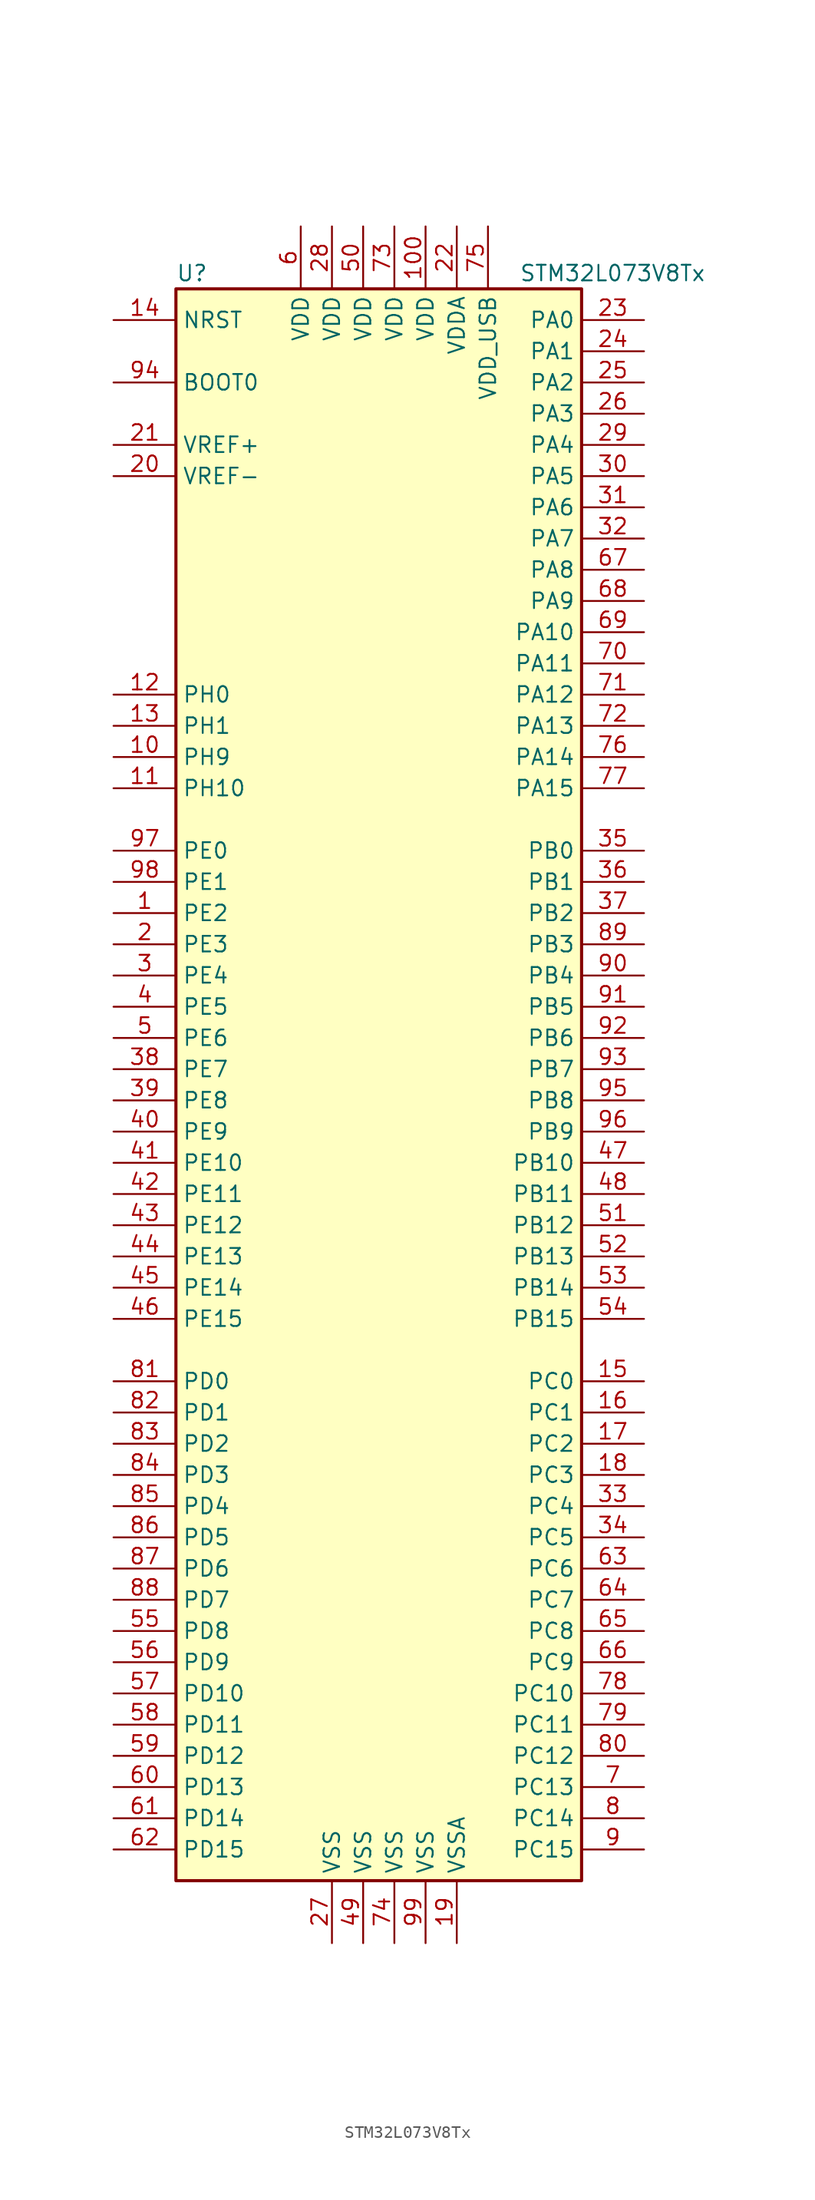
<source format=kicad_sym>
(kicad_symbol_lib
  (version 20211014)
  (generator kicad_symbol_editor)
  (symbol "STM32L073V8Tx"
    (property "Reference" "U"
      (at -17.78 64.77 0)
      (effects (font (size 1.27 1.27)) (justify left)))
    (property "Value" "STM32L073V8Tx"
      (at 10.16 64.77 0)
      (effects (font (size 1.27 1.27)) (justify left)))
    (symbol "STM32L073V8Tx_0_1"
      (rectangle (start -17.78 -66.04) (end 15.24 63.5) (stroke (width 0.254) (type default) (color 0 0 0 0)) (fill (type background))))
    (symbol "STM32L073V8Tx_1_1"
      (pin bidirectional line (at -22.86 12.7 0) (length 5.08) (name "PE2" (effects (font (size 1.27 1.27)))) (number "1" (effects (font (size 1.27 1.27)))))
      (pin bidirectional line (at -22.86 25.4 0) (length 5.08) (name "PH9" (effects (font (size 1.27 1.27)))) (number "10" (effects (font (size 1.27 1.27)))))
      (pin power_in line (at 2.54 68.58 270) (length 5.08) (name "VDD" (effects (font (size 1.27 1.27)))) (number "100" (effects (font (size 1.27 1.27)))))
      (pin bidirectional line (at -22.86 22.86 0) (length 5.08) (name "PH10" (effects (font (size 1.27 1.27)))) (number "11" (effects (font (size 1.27 1.27)))))
      (pin input line (at -22.86 30.48 0) (length 5.08) (name "PH0" (effects (font (size 1.27 1.27)))) (number "12" (effects (font (size 1.27 1.27)))))
      (pin input line (at -22.86 27.94 0) (length 5.08) (name "PH1" (effects (font (size 1.27 1.27)))) (number "13" (effects (font (size 1.27 1.27)))))
      (pin input line (at -22.86 60.96 0) (length 5.08) (name "NRST" (effects (font (size 1.27 1.27)))) (number "14" (effects (font (size 1.27 1.27)))))
      (pin bidirectional line (at 20.32 -25.4 180) (length 5.08) (name "PC0" (effects (font (size 1.27 1.27)))) (number "15" (effects (font (size 1.27 1.27)))))
      (pin bidirectional line (at 20.32 -27.94 180) (length 5.08) (name "PC1" (effects (font (size 1.27 1.27)))) (number "16" (effects (font (size 1.27 1.27)))))
      (pin bidirectional line (at 20.32 -30.48 180) (length 5.08) (name "PC2" (effects (font (size 1.27 1.27)))) (number "17" (effects (font (size 1.27 1.27)))))
      (pin bidirectional line (at 20.32 -33.02 180) (length 5.08) (name "PC3" (effects (font (size 1.27 1.27)))) (number "18" (effects (font (size 1.27 1.27)))))
      (pin power_in line (at 5.08 -71.12 90) (length 5.08) (name "VSSA" (effects (font (size 1.27 1.27)))) (number "19" (effects (font (size 1.27 1.27)))))
      (pin bidirectional line (at -22.86 10.16 0) (length 5.08) (name "PE3" (effects (font (size 1.27 1.27)))) (number "2" (effects (font (size 1.27 1.27)))))
      (pin power_in line (at -22.86 48.26 0) (length 5.08) (name "VREF-" (effects (font (size 1.27 1.27)))) (number "20" (effects (font (size 1.27 1.27)))))
      (pin power_in line (at -22.86 50.8 0) (length 5.08) (name "VREF+" (effects (font (size 1.27 1.27)))) (number "21" (effects (font (size 1.27 1.27)))))
      (pin power_in line (at 5.08 68.58 270) (length 5.08) (name "VDDA" (effects (font (size 1.27 1.27)))) (number "22" (effects (font (size 1.27 1.27)))))
      (pin bidirectional line (at 20.32 60.96 180) (length 5.08) (name "PA0" (effects (font (size 1.27 1.27)))) (number "23" (effects (font (size 1.27 1.27)))))
      (pin bidirectional line (at 20.32 58.42 180) (length 5.08) (name "PA1" (effects (font (size 1.27 1.27)))) (number "24" (effects (font (size 1.27 1.27)))))
      (pin bidirectional line (at 20.32 55.88 180) (length 5.08) (name "PA2" (effects (font (size 1.27 1.27)))) (number "25" (effects (font (size 1.27 1.27)))))
      (pin bidirectional line (at 20.32 53.34 180) (length 5.08) (name "PA3" (effects (font (size 1.27 1.27)))) (number "26" (effects (font (size 1.27 1.27)))))
      (pin power_in line (at -5.08 -71.12 90) (length 5.08) (name "VSS" (effects (font (size 1.27 1.27)))) (number "27" (effects (font (size 1.27 1.27)))))
      (pin power_in line (at -5.08 68.58 270) (length 5.08) (name "VDD" (effects (font (size 1.27 1.27)))) (number "28" (effects (font (size 1.27 1.27)))))
      (pin bidirectional line (at 20.32 50.8 180) (length 5.08) (name "PA4" (effects (font (size 1.27 1.27)))) (number "29" (effects (font (size 1.27 1.27)))))
      (pin bidirectional line (at -22.86 7.62 0) (length 5.08) (name "PE4" (effects (font (size 1.27 1.27)))) (number "3" (effects (font (size 1.27 1.27)))))
      (pin bidirectional line (at 20.32 48.26 180) (length 5.08) (name "PA5" (effects (font (size 1.27 1.27)))) (number "30" (effects (font (size 1.27 1.27)))))
      (pin bidirectional line (at 20.32 45.72 180) (length 5.08) (name "PA6" (effects (font (size 1.27 1.27)))) (number "31" (effects (font (size 1.27 1.27)))))
      (pin bidirectional line (at 20.32 43.18 180) (length 5.08) (name "PA7" (effects (font (size 1.27 1.27)))) (number "32" (effects (font (size 1.27 1.27)))))
      (pin bidirectional line (at 20.32 -35.56 180) (length 5.08) (name "PC4" (effects (font (size 1.27 1.27)))) (number "33" (effects (font (size 1.27 1.27)))))
      (pin bidirectional line (at 20.32 -38.1 180) (length 5.08) (name "PC5" (effects (font (size 1.27 1.27)))) (number "34" (effects (font (size 1.27 1.27)))))
      (pin bidirectional line (at 20.32 17.78 180) (length 5.08) (name "PB0" (effects (font (size 1.27 1.27)))) (number "35" (effects (font (size 1.27 1.27)))))
      (pin bidirectional line (at 20.32 15.24 180) (length 5.08) (name "PB1" (effects (font (size 1.27 1.27)))) (number "36" (effects (font (size 1.27 1.27)))))
      (pin bidirectional line (at 20.32 12.7 180) (length 5.08) (name "PB2" (effects (font (size 1.27 1.27)))) (number "37" (effects (font (size 1.27 1.27)))))
      (pin bidirectional line (at -22.86 0 0) (length 5.08) (name "PE7" (effects (font (size 1.27 1.27)))) (number "38" (effects (font (size 1.27 1.27)))))
      (pin bidirectional line (at -22.86 -2.54 0) (length 5.08) (name "PE8" (effects (font (size 1.27 1.27)))) (number "39" (effects (font (size 1.27 1.27)))))
      (pin bidirectional line (at -22.86 5.08 0) (length 5.08) (name "PE5" (effects (font (size 1.27 1.27)))) (number "4" (effects (font (size 1.27 1.27)))))
      (pin bidirectional line (at -22.86 -5.08 0) (length 5.08) (name "PE9" (effects (font (size 1.27 1.27)))) (number "40" (effects (font (size 1.27 1.27)))))
      (pin bidirectional line (at -22.86 -7.62 0) (length 5.08) (name "PE10" (effects (font (size 1.27 1.27)))) (number "41" (effects (font (size 1.27 1.27)))))
      (pin bidirectional line (at -22.86 -10.16 0) (length 5.08) (name "PE11" (effects (font (size 1.27 1.27)))) (number "42" (effects (font (size 1.27 1.27)))))
      (pin bidirectional line (at -22.86 -12.7 0) (length 5.08) (name "PE12" (effects (font (size 1.27 1.27)))) (number "43" (effects (font (size 1.27 1.27)))))
      (pin bidirectional line (at -22.86 -15.24 0) (length 5.08) (name "PE13" (effects (font (size 1.27 1.27)))) (number "44" (effects (font (size 1.27 1.27)))))
      (pin bidirectional line (at -22.86 -17.78 0) (length 5.08) (name "PE14" (effects (font (size 1.27 1.27)))) (number "45" (effects (font (size 1.27 1.27)))))
      (pin bidirectional line (at -22.86 -20.32 0) (length 5.08) (name "PE15" (effects (font (size 1.27 1.27)))) (number "46" (effects (font (size 1.27 1.27)))))
      (pin bidirectional line (at 20.32 -7.62 180) (length 5.08) (name "PB10" (effects (font (size 1.27 1.27)))) (number "47" (effects (font (size 1.27 1.27)))))
      (pin bidirectional line (at 20.32 -10.16 180) (length 5.08) (name "PB11" (effects (font (size 1.27 1.27)))) (number "48" (effects (font (size 1.27 1.27)))))
      (pin power_in line (at -2.54 -71.12 90) (length 5.08) (name "VSS" (effects (font (size 1.27 1.27)))) (number "49" (effects (font (size 1.27 1.27)))))
      (pin bidirectional line (at -22.86 2.54 0) (length 5.08) (name "PE6" (effects (font (size 1.27 1.27)))) (number "5" (effects (font (size 1.27 1.27)))))
      (pin power_in line (at -2.54 68.58 270) (length 5.08) (name "VDD" (effects (font (size 1.27 1.27)))) (number "50" (effects (font (size 1.27 1.27)))))
      (pin bidirectional line (at 20.32 -12.7 180) (length 5.08) (name "PB12" (effects (font (size 1.27 1.27)))) (number "51" (effects (font (size 1.27 1.27)))))
      (pin bidirectional line (at 20.32 -15.24 180) (length 5.08) (name "PB13" (effects (font (size 1.27 1.27)))) (number "52" (effects (font (size 1.27 1.27)))))
      (pin bidirectional line (at 20.32 -17.78 180) (length 5.08) (name "PB14" (effects (font (size 1.27 1.27)))) (number "53" (effects (font (size 1.27 1.27)))))
      (pin bidirectional line (at 20.32 -20.32 180) (length 5.08) (name "PB15" (effects (font (size 1.27 1.27)))) (number "54" (effects (font (size 1.27 1.27)))))
      (pin bidirectional line (at -22.86 -45.72 0) (length 5.08) (name "PD8" (effects (font (size 1.27 1.27)))) (number "55" (effects (font (size 1.27 1.27)))))
      (pin bidirectional line (at -22.86 -48.26 0) (length 5.08) (name "PD9" (effects (font (size 1.27 1.27)))) (number "56" (effects (font (size 1.27 1.27)))))
      (pin bidirectional line (at -22.86 -50.8 0) (length 5.08) (name "PD10" (effects (font (size 1.27 1.27)))) (number "57" (effects (font (size 1.27 1.27)))))
      (pin bidirectional line (at -22.86 -53.34 0) (length 5.08) (name "PD11" (effects (font (size 1.27 1.27)))) (number "58" (effects (font (size 1.27 1.27)))))
      (pin bidirectional line (at -22.86 -55.88 0) (length 5.08) (name "PD12" (effects (font (size 1.27 1.27)))) (number "59" (effects (font (size 1.27 1.27)))))
      (pin power_in line (at -7.62 68.58 270) (length 5.08) (name "VDD" (effects (font (size 1.27 1.27)))) (number "6" (effects (font (size 1.27 1.27)))))
      (pin bidirectional line (at -22.86 -58.42 0) (length 5.08) (name "PD13" (effects (font (size 1.27 1.27)))) (number "60" (effects (font (size 1.27 1.27)))))
      (pin bidirectional line (at -22.86 -60.96 0) (length 5.08) (name "PD14" (effects (font (size 1.27 1.27)))) (number "61" (effects (font (size 1.27 1.27)))))
      (pin bidirectional line (at -22.86 -63.5 0) (length 5.08) (name "PD15" (effects (font (size 1.27 1.27)))) (number "62" (effects (font (size 1.27 1.27)))))
      (pin bidirectional line (at 20.32 -40.64 180) (length 5.08) (name "PC6" (effects (font (size 1.27 1.27)))) (number "63" (effects (font (size 1.27 1.27)))))
      (pin bidirectional line (at 20.32 -43.18 180) (length 5.08) (name "PC7" (effects (font (size 1.27 1.27)))) (number "64" (effects (font (size 1.27 1.27)))))
      (pin bidirectional line (at 20.32 -45.72 180) (length 5.08) (name "PC8" (effects (font (size 1.27 1.27)))) (number "65" (effects (font (size 1.27 1.27)))))
      (pin bidirectional line (at 20.32 -48.26 180) (length 5.08) (name "PC9" (effects (font (size 1.27 1.27)))) (number "66" (effects (font (size 1.27 1.27)))))
      (pin bidirectional line (at 20.32 40.64 180) (length 5.08) (name "PA8" (effects (font (size 1.27 1.27)))) (number "67" (effects (font (size 1.27 1.27)))))
      (pin bidirectional line (at 20.32 38.1 180) (length 5.08) (name "PA9" (effects (font (size 1.27 1.27)))) (number "68" (effects (font (size 1.27 1.27)))))
      (pin bidirectional line (at 20.32 35.56 180) (length 5.08) (name "PA10" (effects (font (size 1.27 1.27)))) (number "69" (effects (font (size 1.27 1.27)))))
      (pin bidirectional line (at 20.32 -58.42 180) (length 5.08) (name "PC13" (effects (font (size 1.27 1.27)))) (number "7" (effects (font (size 1.27 1.27)))))
      (pin bidirectional line (at 20.32 33.02 180) (length 5.08) (name "PA11" (effects (font (size 1.27 1.27)))) (number "70" (effects (font (size 1.27 1.27)))))
      (pin bidirectional line (at 20.32 30.48 180) (length 5.08) (name "PA12" (effects (font (size 1.27 1.27)))) (number "71" (effects (font (size 1.27 1.27)))))
      (pin bidirectional line (at 20.32 27.94 180) (length 5.08) (name "PA13" (effects (font (size 1.27 1.27)))) (number "72" (effects (font (size 1.27 1.27)))))
      (pin power_in line (at 0 68.58 270) (length 5.08) (name "VDD" (effects (font (size 1.27 1.27)))) (number "73" (effects (font (size 1.27 1.27)))))
      (pin power_in line (at 0 -71.12 90) (length 5.08) (name "VSS" (effects (font (size 1.27 1.27)))) (number "74" (effects (font (size 1.27 1.27)))))
      (pin power_in line (at 7.62 68.58 270) (length 5.08) (name "VDD_USB" (effects (font (size 1.27 1.27)))) (number "75" (effects (font (size 1.27 1.27)))))
      (pin bidirectional line (at 20.32 25.4 180) (length 5.08) (name "PA14" (effects (font (size 1.27 1.27)))) (number "76" (effects (font (size 1.27 1.27)))))
      (pin bidirectional line (at 20.32 22.86 180) (length 5.08) (name "PA15" (effects (font (size 1.27 1.27)))) (number "77" (effects (font (size 1.27 1.27)))))
      (pin bidirectional line (at 20.32 -50.8 180) (length 5.08) (name "PC10" (effects (font (size 1.27 1.27)))) (number "78" (effects (font (size 1.27 1.27)))))
      (pin bidirectional line (at 20.32 -53.34 180) (length 5.08) (name "PC11" (effects (font (size 1.27 1.27)))) (number "79" (effects (font (size 1.27 1.27)))))
      (pin bidirectional line (at 20.32 -60.96 180) (length 5.08) (name "PC14" (effects (font (size 1.27 1.27)))) (number "8" (effects (font (size 1.27 1.27)))))
      (pin bidirectional line (at 20.32 -55.88 180) (length 5.08) (name "PC12" (effects (font (size 1.27 1.27)))) (number "80" (effects (font (size 1.27 1.27)))))
      (pin bidirectional line (at -22.86 -25.4 0) (length 5.08) (name "PD0" (effects (font (size 1.27 1.27)))) (number "81" (effects (font (size 1.27 1.27)))))
      (pin bidirectional line (at -22.86 -27.94 0) (length 5.08) (name "PD1" (effects (font (size 1.27 1.27)))) (number "82" (effects (font (size 1.27 1.27)))))
      (pin bidirectional line (at -22.86 -30.48 0) (length 5.08) (name "PD2" (effects (font (size 1.27 1.27)))) (number "83" (effects (font (size 1.27 1.27)))))
      (pin bidirectional line (at -22.86 -33.02 0) (length 5.08) (name "PD3" (effects (font (size 1.27 1.27)))) (number "84" (effects (font (size 1.27 1.27)))))
      (pin bidirectional line (at -22.86 -35.56 0) (length 5.08) (name "PD4" (effects (font (size 1.27 1.27)))) (number "85" (effects (font (size 1.27 1.27)))))
      (pin bidirectional line (at -22.86 -38.1 0) (length 5.08) (name "PD5" (effects (font (size 1.27 1.27)))) (number "86" (effects (font (size 1.27 1.27)))))
      (pin bidirectional line (at -22.86 -40.64 0) (length 5.08) (name "PD6" (effects (font (size 1.27 1.27)))) (number "87" (effects (font (size 1.27 1.27)))))
      (pin bidirectional line (at -22.86 -43.18 0) (length 5.08) (name "PD7" (effects (font (size 1.27 1.27)))) (number "88" (effects (font (size 1.27 1.27)))))
      (pin bidirectional line (at 20.32 10.16 180) (length 5.08) (name "PB3" (effects (font (size 1.27 1.27)))) (number "89" (effects (font (size 1.27 1.27)))))
      (pin bidirectional line (at 20.32 -63.5 180) (length 5.08) (name "PC15" (effects (font (size 1.27 1.27)))) (number "9" (effects (font (size 1.27 1.27)))))
      (pin bidirectional line (at 20.32 7.62 180) (length 5.08) (name "PB4" (effects (font (size 1.27 1.27)))) (number "90" (effects (font (size 1.27 1.27)))))
      (pin bidirectional line (at 20.32 5.08 180) (length 5.08) (name "PB5" (effects (font (size 1.27 1.27)))) (number "91" (effects (font (size 1.27 1.27)))))
      (pin bidirectional line (at 20.32 2.54 180) (length 5.08) (name "PB6" (effects (font (size 1.27 1.27)))) (number "92" (effects (font (size 1.27 1.27)))))
      (pin bidirectional line (at 20.32 0 180) (length 5.08) (name "PB7" (effects (font (size 1.27 1.27)))) (number "93" (effects (font (size 1.27 1.27)))))
      (pin input line (at -22.86 55.88 0) (length 5.08) (name "BOOT0" (effects (font (size 1.27 1.27)))) (number "94" (effects (font (size 1.27 1.27)))))
      (pin bidirectional line (at 20.32 -2.54 180) (length 5.08) (name "PB8" (effects (font (size 1.27 1.27)))) (number "95" (effects (font (size 1.27 1.27)))))
      (pin bidirectional line (at 20.32 -5.08 180) (length 5.08) (name "PB9" (effects (font (size 1.27 1.27)))) (number "96" (effects (font (size 1.27 1.27)))))
      (pin bidirectional line (at -22.86 17.78 0) (length 5.08) (name "PE0" (effects (font (size 1.27 1.27)))) (number "97" (effects (font (size 1.27 1.27)))))
      (pin bidirectional line (at -22.86 15.24 0) (length 5.08) (name "PE1" (effects (font (size 1.27 1.27)))) (number "98" (effects (font (size 1.27 1.27)))))
      (pin power_in line (at 2.54 -71.12 90) (length 5.08) (name "VSS" (effects (font (size 1.27 1.27)))) (number "99" (effects (font (size 1.27 1.27))))))))
</source>
